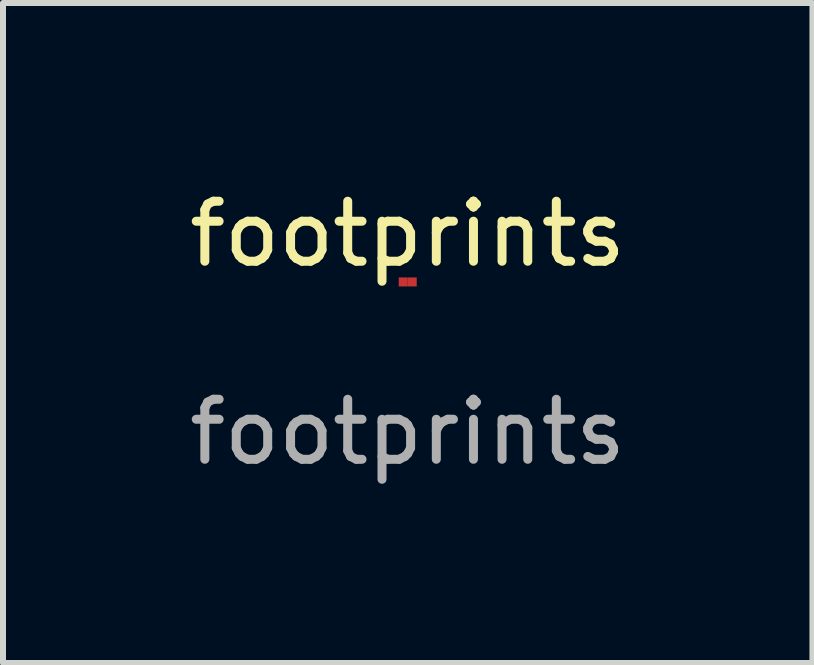
<source format=kicad_pcb>
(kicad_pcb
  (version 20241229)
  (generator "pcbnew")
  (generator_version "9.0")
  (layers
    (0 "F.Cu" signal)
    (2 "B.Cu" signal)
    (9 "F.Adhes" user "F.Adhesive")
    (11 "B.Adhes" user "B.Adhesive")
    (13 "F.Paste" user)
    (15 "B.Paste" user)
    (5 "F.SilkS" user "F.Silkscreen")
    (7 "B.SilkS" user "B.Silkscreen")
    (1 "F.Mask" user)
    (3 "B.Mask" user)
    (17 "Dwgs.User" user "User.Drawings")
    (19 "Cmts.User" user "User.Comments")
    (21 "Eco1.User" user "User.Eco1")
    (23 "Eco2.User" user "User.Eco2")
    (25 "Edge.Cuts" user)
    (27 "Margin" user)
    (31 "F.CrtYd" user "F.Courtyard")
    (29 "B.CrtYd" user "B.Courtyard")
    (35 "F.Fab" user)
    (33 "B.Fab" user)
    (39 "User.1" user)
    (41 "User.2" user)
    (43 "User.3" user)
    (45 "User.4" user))
  (footprint "footprints"
    (layer "F.Cu")
    (at 3.744 1.648)
    (property "Reference" "footprints" (at 0 -0.8 0) (unlocked yes) (layer "F.SilkS") (effects (font (size 1 1) (thickness 0.15))))
    (attr smd)
    (fp_text user "${REFERENCE}" (at 0 2.5 0) (unlocked yes) (layer "F.Fab") (effects (font (size 1 1) (thickness 0.15))))
    (pad "1" smd rect (at -0.075 0) (size 0.15 0.15) (layers "F.Cu" "F.Mask" "F.Paste"))
    (pad "2" smd rect (at 0.075 0) (size 0.15 0.15) (layers "F.Cu" "F.Mask" "F.Paste")))
  (gr_rect
    (start -3 -3)
    (end 10.488 7.997)
    (stroke (width 0.1) (type default))
    (fill no)
    (layer "Edge.Cuts")))
</source>
